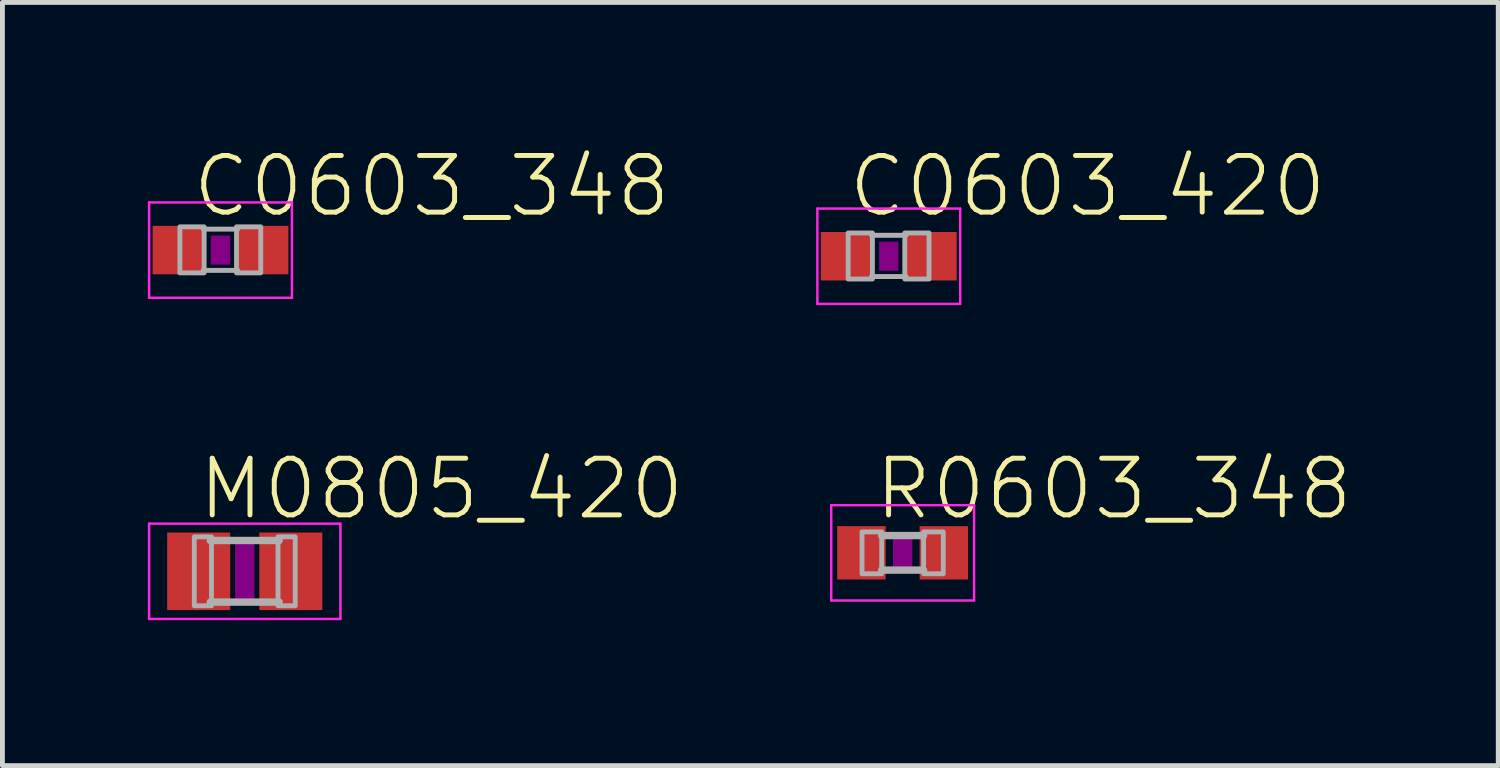
<source format=kicad_pcb>
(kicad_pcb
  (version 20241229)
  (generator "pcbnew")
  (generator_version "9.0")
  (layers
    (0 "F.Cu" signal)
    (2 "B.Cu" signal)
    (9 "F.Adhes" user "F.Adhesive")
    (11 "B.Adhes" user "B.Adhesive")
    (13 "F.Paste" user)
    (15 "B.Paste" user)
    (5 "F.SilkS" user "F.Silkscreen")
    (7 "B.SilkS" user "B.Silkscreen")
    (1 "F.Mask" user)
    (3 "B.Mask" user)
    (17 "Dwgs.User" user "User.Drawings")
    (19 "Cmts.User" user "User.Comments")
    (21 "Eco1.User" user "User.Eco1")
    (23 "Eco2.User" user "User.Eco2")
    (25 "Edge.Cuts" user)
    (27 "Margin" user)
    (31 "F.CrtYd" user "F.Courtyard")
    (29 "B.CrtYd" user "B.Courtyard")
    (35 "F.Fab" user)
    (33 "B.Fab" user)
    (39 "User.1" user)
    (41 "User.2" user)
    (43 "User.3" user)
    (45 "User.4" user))
  (footprint "C0603_420"
    (layer "F.Cu")
    (at 15.281 2.235)
    (property "Reference" "C0603_420" (at -0.889 -0.762 0) (unlocked yes) (layer "F.SilkS") (effects (font (size 1.168 1.168) (thickness 0.102)) (justify left bottom)))
    (fp_poly (pts (xy -0.2 0.3) (xy 0.2 0.3) (xy 0.2 -0.3) (xy -0.2 -0.3)) (stroke (width 0) (type default)) (fill yes) (layer "F.Adhes"))
    (fp_line (start -1.473 -0.983) (end 1.473 -0.983) (stroke (width 0.051) (type solid)) (layer "F.CrtYd"))
    (fp_line (start -1.473 0.983) (end -1.473 -0.983) (stroke (width 0.051) (type solid)) (layer "F.CrtYd"))
    (fp_line (start 1.473 -0.983) (end 1.473 0.983) (stroke (width 0.051) (type solid)) (layer "F.CrtYd"))
    (fp_line (start 1.473 0.983) (end -1.473 0.983) (stroke (width 0.051) (type solid)) (layer "F.CrtYd"))
    (fp_line (start -0.356 -0.432) (end 0.356 -0.432) (stroke (width 0.102) (type solid)) (layer "F.Fab"))
    (fp_line (start -0.356 0.419) (end 0.356 0.419) (stroke (width 0.102) (type solid)) (layer "F.Fab"))
    (fp_poly (pts (xy -0.838 0.47) (xy -0.338 0.47) (xy -0.338 -0.48) (xy -0.838 -0.48)) (stroke (width 0.1) (type default)) (fill no) (layer "F.Fab"))
    (fp_poly (pts (xy 0.33 0.47) (xy 0.83 0.47) (xy 0.83 -0.48) (xy 0.33 -0.48)) (stroke (width 0.1) (type default)) (fill no) (layer "F.Fab"))
    (pad "1" smd rect (at -0.85 0) (size 1.1 1) (layers "F.Cu" "F.Mask" "F.Paste"))
    (pad "2" smd rect (at 0.85 0) (size 1.1 1) (layers "F.Cu" "F.Mask" "F.Paste")))
  (footprint "C0603_348"
    (layer "F.Cu")
    (at 1.498 2.108)
    (property "Reference" "C0603_348" (at -0.635 -0.635 0) (unlocked yes) (layer "F.SilkS") (effects (font (size 1.168 1.168) (thickness 0.102)) (justify left bottom)))
    (fp_poly (pts (xy -0.2 0.3) (xy 0.2 0.3) (xy 0.2 -0.3) (xy -0.2 -0.3)) (stroke (width 0) (type default)) (fill yes) (layer "F.Adhes"))
    (fp_line (start -1.473 -0.983) (end 1.473 -0.983) (stroke (width 0.051) (type solid)) (layer "F.CrtYd"))
    (fp_line (start -1.473 0.983) (end -1.473 -0.983) (stroke (width 0.051) (type solid)) (layer "F.CrtYd"))
    (fp_line (start 1.473 -0.983) (end 1.473 0.983) (stroke (width 0.051) (type solid)) (layer "F.CrtYd"))
    (fp_line (start 1.473 0.983) (end -1.473 0.983) (stroke (width 0.051) (type solid)) (layer "F.CrtYd"))
    (fp_line (start -0.356 -0.432) (end 0.356 -0.432) (stroke (width 0.102) (type solid)) (layer "F.Fab"))
    (fp_line (start -0.356 0.419) (end 0.356 0.419) (stroke (width 0.102) (type solid)) (layer "F.Fab"))
    (fp_poly (pts (xy -0.838 0.47) (xy -0.338 0.47) (xy -0.338 -0.48) (xy -0.838 -0.48)) (stroke (width 0.1) (type default)) (fill no) (layer "F.Fab"))
    (fp_poly (pts (xy 0.33 0.47) (xy 0.83 0.47) (xy 0.83 -0.48) (xy 0.33 -0.48)) (stroke (width 0.1) (type default)) (fill no) (layer "F.Fab"))
    (pad "1" smd rect (at -0.85 0) (size 1.1 1) (layers "F.Cu" "F.Mask" "F.Paste"))
    (pad "2" smd rect (at 0.85 0) (size 1.1 1) (layers "F.Cu" "F.Mask" "F.Paste")))
  (footprint "M0805_420"
    (layer "F.Cu")
    (at 1.998 8.733)
    (property "Reference" "M0805_420" (at -1.016 -1.016 0) (unlocked yes) (layer "F.SilkS") (effects (font (size 1.168 1.168) (thickness 0.102)) (justify left bottom)))
    (fp_poly (pts (xy -0.2 0.6) (xy 0.2 0.6) (xy 0.2 -0.6) (xy -0.2 -0.6)) (stroke (width 0) (type default)) (fill yes) (layer "F.Adhes"))
    (fp_line (start -1.973 -0.983) (end 1.973 -0.983) (stroke (width 0.051) (type solid)) (layer "F.CrtYd"))
    (fp_line (start -1.973 0.983) (end -1.973 -0.983) (stroke (width 0.051) (type solid)) (layer "F.CrtYd"))
    (fp_line (start 1.973 -0.983) (end 1.973 0.983) (stroke (width 0.051) (type solid)) (layer "F.CrtYd"))
    (fp_line (start 1.973 0.983) (end -1.973 0.983) (stroke (width 0.051) (type solid)) (layer "F.CrtYd"))
    (fp_line (start 0.711 -0.635) (end -0.711 -0.635) (stroke (width 0.152) (type solid)) (layer "F.Fab"))
    (fp_line (start 0.711 0.635) (end -0.711 0.635) (stroke (width 0.152) (type solid)) (layer "F.Fab"))
    (fp_poly (pts (xy -1.041 0.711) (xy -0.686 0.711) (xy -0.686 -0.711) (xy -1.041 -0.711)) (stroke (width 0.1) (type default)) (fill no) (layer "F.Fab"))
    (fp_poly (pts (xy 0.686 0.711) (xy 1.041 0.711) (xy 1.041 -0.711) (xy 0.686 -0.711)) (stroke (width 0.1) (type default)) (fill no) (layer "F.Fab"))
    (pad "1" smd rect (at -0.95 0) (size 1.3 1.6) (layers "F.Cu" "F.Mask" "F.Paste"))
    (pad "2" smd rect (at 0.95 0) (size 1.3 1.6) (layers "F.Cu" "F.Mask" "F.Paste")))
  (footprint "R0603_348"
    (layer "F.Cu")
    (at 15.567 8.352)
    (property "Reference" "R0603_348" (at -0.635 -0.635 0) (unlocked yes) (layer "F.SilkS") (effects (font (size 1.168 1.168) (thickness 0.102)) (justify left bottom)))
    (fp_poly (pts (xy -0.2 0.4) (xy 0.2 0.4) (xy 0.2 -0.4) (xy -0.2 -0.4)) (stroke (width 0) (type default)) (fill yes) (layer "F.Adhes"))
    (fp_line (start -1.473 -0.983) (end 1.473 -0.983) (stroke (width 0.051) (type solid)) (layer "F.CrtYd"))
    (fp_line (start -1.473 0.983) (end -1.473 -0.983) (stroke (width 0.051) (type solid)) (layer "F.CrtYd"))
    (fp_line (start 1.473 -0.983) (end 1.473 0.983) (stroke (width 0.051) (type solid)) (layer "F.CrtYd"))
    (fp_line (start 1.473 0.983) (end -1.473 0.983) (stroke (width 0.051) (type solid)) (layer "F.CrtYd"))
    (fp_line (start -0.432 0.356) (end 0.432 0.356) (stroke (width 0.152) (type solid)) (layer "F.Fab"))
    (fp_line (start 0.432 -0.356) (end -0.432 -0.356) (stroke (width 0.152) (type solid)) (layer "F.Fab"))
    (fp_poly (pts (xy -0.838 0.432) (xy -0.432 0.432) (xy -0.432 -0.432) (xy -0.838 -0.432)) (stroke (width 0.1) (type default)) (fill no) (layer "F.Fab"))
    (fp_poly (pts (xy 0.432 0.432) (xy 0.838 0.432) (xy 0.838 -0.432) (xy 0.432 -0.432)) (stroke (width 0.1) (type default)) (fill no) (layer "F.Fab"))
    (pad "1" smd rect (at -0.85 0) (size 1 1.1) (layers "F.Cu" "F.Mask" "F.Paste"))
    (pad "2" smd rect (at 0.85 0) (size 1 1.1) (layers "F.Cu" "F.Mask" "F.Paste")))
  (gr_rect
    (start -3 -3)
    (end 27.851 12.741)
    (stroke (width 0.1) (type default))
    (fill no)
    (layer "Edge.Cuts")))
</source>
